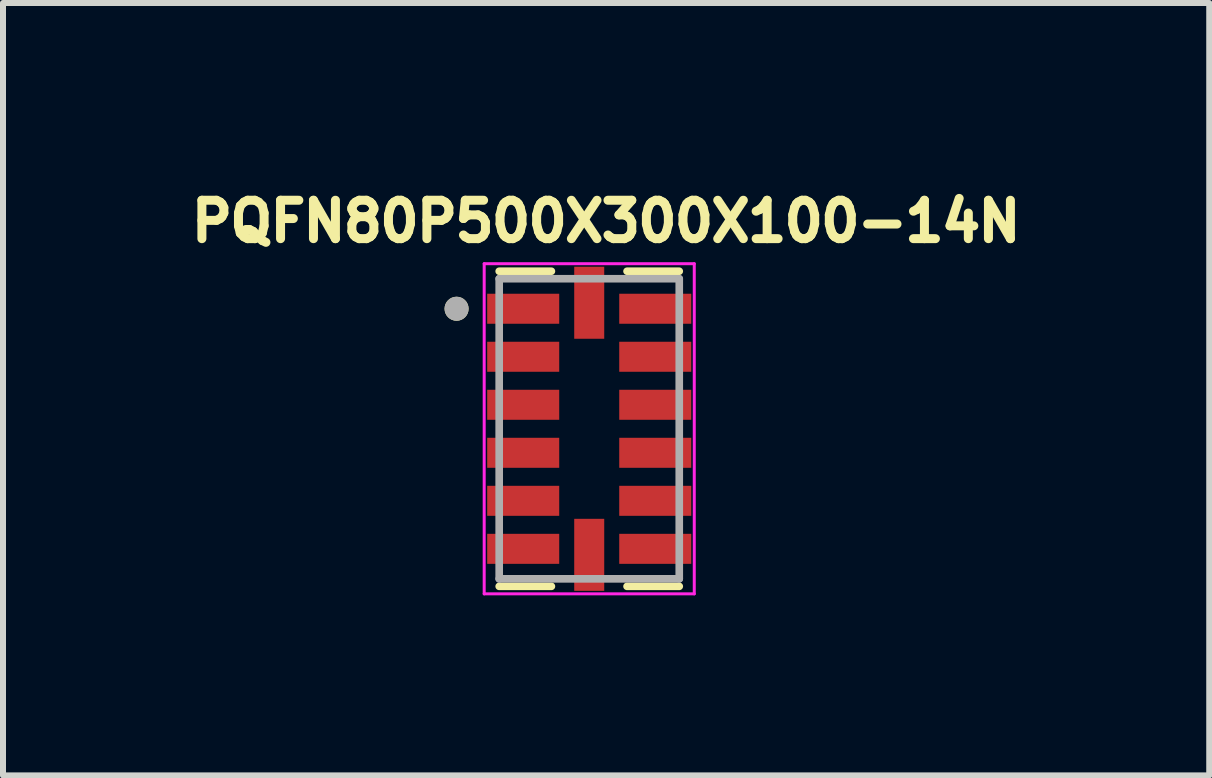
<source format=kicad_pcb>
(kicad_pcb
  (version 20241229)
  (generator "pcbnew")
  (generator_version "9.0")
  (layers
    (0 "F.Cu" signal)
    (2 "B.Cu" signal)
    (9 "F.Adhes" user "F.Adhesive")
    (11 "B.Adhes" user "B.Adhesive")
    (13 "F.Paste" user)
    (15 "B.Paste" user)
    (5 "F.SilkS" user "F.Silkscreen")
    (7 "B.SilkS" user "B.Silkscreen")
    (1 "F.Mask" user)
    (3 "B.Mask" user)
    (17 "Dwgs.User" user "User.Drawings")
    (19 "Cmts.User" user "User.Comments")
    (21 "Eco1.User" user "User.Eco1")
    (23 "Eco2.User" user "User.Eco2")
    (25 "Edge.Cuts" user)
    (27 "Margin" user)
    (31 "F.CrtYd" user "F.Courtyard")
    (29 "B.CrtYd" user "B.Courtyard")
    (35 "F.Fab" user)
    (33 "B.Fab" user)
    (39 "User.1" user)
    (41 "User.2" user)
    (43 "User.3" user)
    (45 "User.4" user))
  (footprint "PQFN80P500X300X100-14N"
    (layer "F.Cu")
    (at 6.767 4.094)
    (property "Reference" "PQFN80P500X300X100-14N" (at 0.282 -3.456 0) (layer "F.SilkS") (effects (font (size 0.64 0.64) (thickness 0.15))))
    (attr smd)
    (fp_line (start -1.5 -2.625) (end -0.63 -2.625) (stroke (width 0.127) (type solid)) (layer "F.SilkS"))
    (fp_line (start -1.5 2.625) (end -0.63 2.625) (stroke (width 0.127) (type solid)) (layer "F.SilkS"))
    (fp_line (start 1.5 -2.625) (end 0.63 -2.625) (stroke (width 0.127) (type solid)) (layer "F.SilkS"))
    (fp_line (start 1.5 2.625) (end 0.63 2.625) (stroke (width 0.127) (type solid)) (layer "F.SilkS"))
    (fp_circle (center -2.21 -2) (end -2.11 -2) (stroke (width 0.2) (type solid)) (fill no) (layer "F.SilkS"))
    (fp_line (start -1.75 -2.75) (end -1.75 2.75) (stroke (width 0.05) (type solid)) (layer "F.CrtYd"))
    (fp_line (start -1.75 2.75) (end 1.75 2.75) (stroke (width 0.05) (type solid)) (layer "F.CrtYd"))
    (fp_line (start 1.75 -2.75) (end -1.75 -2.75) (stroke (width 0.05) (type solid)) (layer "F.CrtYd"))
    (fp_line (start 1.75 2.75) (end 1.75 -2.75) (stroke (width 0.05) (type solid)) (layer "F.CrtYd"))
    (fp_line (start -1.5 -2.5) (end 1.5 -2.5) (stroke (width 0.127) (type solid)) (layer "F.Fab"))
    (fp_line (start -1.5 2.5) (end -1.5 -2.5) (stroke (width 0.127) (type solid)) (layer "F.Fab"))
    (fp_line (start 1.5 -2.5) (end 1.5 2.5) (stroke (width 0.127) (type solid)) (layer "F.Fab"))
    (fp_line (start 1.5 2.5) (end -1.5 2.5) (stroke (width 0.127) (type solid)) (layer "F.Fab"))
    (fp_circle (center -2.21 -2) (end -2.11 -2) (stroke (width 0.2) (type solid)) (fill no) (layer "F.Fab"))
    (pad "1" smd rect (at -1.1 -2) (size 1.2 0.5) (layers "F.Cu" "F.Paste"))
    (pad "2" smd rect (at -1.1 -1.2) (size 1.2 0.5) (layers "F.Cu" "F.Paste"))
    (pad "3" smd rect (at -1.1 -0.4) (size 1.2 0.5) (layers "F.Cu" "F.Paste"))
    (pad "4" smd rect (at -1.1 0.4) (size 1.2 0.5) (layers "F.Cu" "F.Paste"))
    (pad "5" smd rect (at -1.1 1.2) (size 1.2 0.5) (layers "F.Cu" "F.Paste"))
    (pad "6" smd rect (at -1.1 2) (size 1.2 0.5) (layers "F.Cu" "F.Paste"))
    (pad "7" smd rect (at 0 2.1) (size 0.5 1.2) (layers "F.Cu" "F.Paste"))
    (pad "8" smd rect (at 1.1 2) (size 1.2 0.5) (layers "F.Cu" "F.Paste"))
    (pad "9" smd rect (at 1.1 1.2) (size 1.2 0.5) (layers "F.Cu" "F.Paste"))
    (pad "10" smd rect (at 1.1 0.4) (size 1.2 0.5) (layers "F.Cu" "F.Paste"))
    (pad "11" smd rect (at 1.1 -0.4) (size 1.2 0.5) (layers "F.Cu" "F.Paste"))
    (pad "12" smd rect (at 1.1 -1.2) (size 1.2 0.5) (layers "F.Cu" "F.Paste"))
    (pad "13" smd rect (at 1.1 -2) (size 1.2 0.5) (layers "F.Cu" "F.Paste"))
    (pad "14" smd rect (at 0 -2.1) (size 0.5 1.2) (layers "F.Cu" "F.Paste")))
  (gr_rect
    (start -3 -3)
    (end 17.097 9.869)
    (stroke (width 0.1) (type default))
    (fill no)
    (layer "Edge.Cuts")))
</source>
